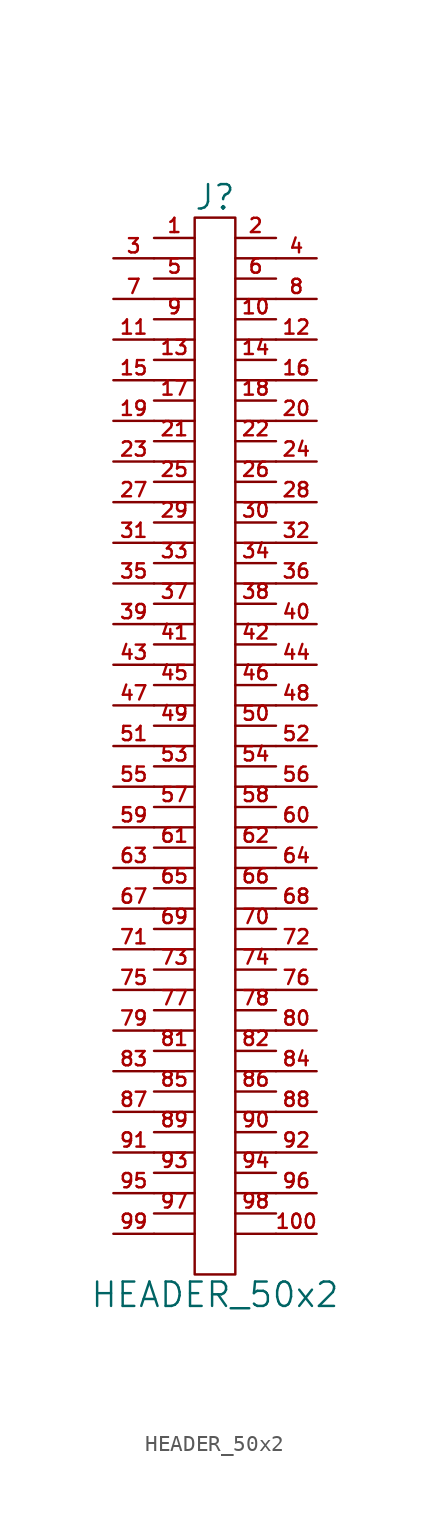
<source format=kicad_sym>
(kicad_symbol_lib
  (version 20201005)
  (generator kicad_symbol_editor)
  (symbol "HEADER_50x2"
    (pin_names
      (offset 0))
    (property "Reference" "J"
      (at 0 34.29 0)
      (effects (font (size 1.524 1.524))))
    (property "Value" "HEADER_50x2"
      (at 0 -34.29 0)
      (effects (font (size 1.524 1.524))))
    (property "Footprint" ""
      (at 0 7.62 0)
      (effects (font (size 1.524 1.524))))
    (property "Datasheet" ""
      (at 0 7.62 0)
      (effects (font (size 1.524 1.524))))
    (symbol "HEADER_50x2_0_1"
      (rectangle (start -1.27 33.02) (end 1.27 -33.02) (stroke (width 0)) (fill (type none)))
      (polyline (pts (xy -3.81 -30.48) (xy -1.27 -30.48)) (stroke (width 0)) (fill (type none)))
      (polyline (pts (xy -3.81 -27.94) (xy -1.27 -27.94)) (stroke (width 0)) (fill (type none)))
      (polyline (pts (xy -3.81 -25.4) (xy -1.27 -25.4)) (stroke (width 0)) (fill (type none)))
      (polyline (pts (xy -3.81 -22.86) (xy -1.27 -22.86)) (stroke (width 0)) (fill (type none)))
      (polyline (pts (xy -3.81 -20.32) (xy -1.27 -20.32)) (stroke (width 0)) (fill (type none)))
      (polyline (pts (xy -3.81 -17.78) (xy -1.27 -17.78)) (stroke (width 0)) (fill (type none)))
      (polyline (pts (xy -3.81 -15.24) (xy -1.27 -15.24)) (stroke (width 0)) (fill (type none)))
      (polyline (pts (xy -3.81 -12.7) (xy -1.27 -12.7)) (stroke (width 0)) (fill (type none)))
      (polyline (pts (xy -3.81 -10.16) (xy -1.27 -10.16)) (stroke (width 0)) (fill (type none)))
      (polyline (pts (xy -3.81 -7.62) (xy -1.27 -7.62)) (stroke (width 0)) (fill (type none)))
      (polyline (pts (xy -3.81 -5.08) (xy -1.27 -5.08)) (stroke (width 0)) (fill (type none)))
      (polyline (pts (xy -3.81 -2.54) (xy -1.27 -2.54)) (stroke (width 0)) (fill (type none)))
      (polyline (pts (xy -3.81 0) (xy -1.27 0)) (stroke (width 0)) (fill (type none)))
      (polyline (pts (xy -3.81 2.54) (xy -1.27 2.54)) (stroke (width 0)) (fill (type none)))
      (polyline (pts (xy -3.81 5.08) (xy -1.27 5.08)) (stroke (width 0)) (fill (type none)))
      (polyline (pts (xy -3.81 7.62) (xy -1.27 7.62)) (stroke (width 0)) (fill (type none)))
      (polyline (pts (xy -3.81 10.16) (xy -1.27 10.16)) (stroke (width 0)) (fill (type none)))
      (polyline (pts (xy -3.81 12.7) (xy -1.27 12.7)) (stroke (width 0)) (fill (type none)))
      (polyline (pts (xy -3.81 15.24) (xy -1.27 15.24)) (stroke (width 0)) (fill (type none)))
      (polyline (pts (xy -3.81 17.78) (xy -1.27 17.78)) (stroke (width 0)) (fill (type none)))
      (polyline (pts (xy -3.81 20.32) (xy -1.27 20.32)) (stroke (width 0)) (fill (type none)))
      (polyline (pts (xy -3.81 22.86) (xy -1.27 22.86)) (stroke (width 0)) (fill (type none)))
      (polyline (pts (xy -3.81 25.4) (xy -1.27 25.4)) (stroke (width 0)) (fill (type none)))
      (polyline (pts (xy -3.81 27.94) (xy -1.27 27.94)) (stroke (width 0)) (fill (type none)))
      (polyline (pts (xy -3.81 30.48) (xy -1.27 30.48)) (stroke (width 0)) (fill (type none)))
      (polyline (pts (xy 1.27 -30.48) (xy 3.81 -30.48)) (stroke (width 0)) (fill (type none)))
      (polyline (pts (xy 1.27 -27.94) (xy 3.81 -27.94)) (stroke (width 0)) (fill (type none)))
      (polyline (pts (xy 1.27 -25.4) (xy 3.81 -25.4)) (stroke (width 0)) (fill (type none)))
      (polyline (pts (xy 1.27 -22.86) (xy 3.81 -22.86)) (stroke (width 0)) (fill (type none)))
      (polyline (pts (xy 1.27 -20.32) (xy 3.81 -20.32)) (stroke (width 0)) (fill (type none)))
      (polyline (pts (xy 1.27 -17.78) (xy 3.81 -17.78)) (stroke (width 0)) (fill (type none)))
      (polyline (pts (xy 1.27 -15.24) (xy 3.81 -15.24)) (stroke (width 0)) (fill (type none)))
      (polyline (pts (xy 1.27 -12.7) (xy 3.81 -12.7)) (stroke (width 0)) (fill (type none)))
      (polyline (pts (xy 1.27 -10.16) (xy 3.81 -10.16)) (stroke (width 0)) (fill (type none)))
      (polyline (pts (xy 1.27 -7.62) (xy 3.81 -7.62)) (stroke (width 0)) (fill (type none)))
      (polyline (pts (xy 1.27 -5.08) (xy 3.81 -5.08)) (stroke (width 0)) (fill (type none)))
      (polyline (pts (xy 1.27 -2.54) (xy 3.81 -2.54)) (stroke (width 0)) (fill (type none)))
      (polyline (pts (xy 1.27 0) (xy 3.81 0)) (stroke (width 0)) (fill (type none)))
      (polyline (pts (xy 1.27 2.54) (xy 3.81 2.54)) (stroke (width 0)) (fill (type none)))
      (polyline (pts (xy 1.27 5.08) (xy 3.81 5.08)) (stroke (width 0)) (fill (type none)))
      (polyline (pts (xy 1.27 7.62) (xy 3.81 7.62)) (stroke (width 0)) (fill (type none)))
      (polyline (pts (xy 1.27 10.16) (xy 3.81 10.16)) (stroke (width 0)) (fill (type none)))
      (polyline (pts (xy 1.27 12.7) (xy 3.81 12.7)) (stroke (width 0)) (fill (type none)))
      (polyline (pts (xy 1.27 15.24) (xy 3.81 15.24)) (stroke (width 0)) (fill (type none)))
      (polyline (pts (xy 1.27 17.78) (xy 3.81 17.78)) (stroke (width 0)) (fill (type none)))
      (polyline (pts (xy 1.27 20.32) (xy 3.81 20.32)) (stroke (width 0)) (fill (type none)))
      (polyline (pts (xy 1.27 22.86) (xy 3.81 22.86)) (stroke (width 0)) (fill (type none)))
      (polyline (pts (xy 1.27 25.4) (xy 3.81 25.4)) (stroke (width 0)) (fill (type none)))
      (polyline (pts (xy 1.27 27.94) (xy 3.81 27.94)) (stroke (width 0)) (fill (type none)))
      (polyline (pts (xy 1.27 30.48) (xy 3.81 30.48)) (stroke (width 0)) (fill (type none))))
    (symbol "HEADER_50x2_1_1"
      (pin passive line (at -3.81 31.75 0) (length 2.54) (name "~" (effects (font (size 1.27 1.27)))) (number "1" (effects (font (size 0.889 0.889)))))
      (pin passive line (at 3.81 26.67 180) (length 2.54) (name "~" (effects (font (size 1.27 1.27)))) (number "10" (effects (font (size 0.889 0.889)))))
      (pin passive line (at 6.35 -30.48 180) (length 2.54) (name "~" (effects (font (size 1.27 1.27)))) (number "100" (effects (font (size 0.889 0.889)))))
      (pin passive line (at -6.35 25.4 0) (length 2.54) (name "~" (effects (font (size 1.27 1.27)))) (number "11" (effects (font (size 0.889 0.889)))))
      (pin passive line (at 6.35 25.4 180) (length 2.54) (name "~" (effects (font (size 1.27 1.27)))) (number "12" (effects (font (size 0.889 0.889)))))
      (pin passive line (at -3.81 24.13 0) (length 2.54) (name "~" (effects (font (size 1.27 1.27)))) (number "13" (effects (font (size 0.889 0.889)))))
      (pin passive line (at 3.81 24.13 180) (length 2.54) (name "~" (effects (font (size 1.27 1.27)))) (number "14" (effects (font (size 0.889 0.889)))))
      (pin passive line (at -6.35 22.86 0) (length 2.54) (name "~" (effects (font (size 1.27 1.27)))) (number "15" (effects (font (size 0.889 0.889)))))
      (pin passive line (at 6.35 22.86 180) (length 2.54) (name "~" (effects (font (size 1.27 1.27)))) (number "16" (effects (font (size 0.889 0.889)))))
      (pin passive line (at -3.81 21.59 0) (length 2.54) (name "~" (effects (font (size 1.27 1.27)))) (number "17" (effects (font (size 0.889 0.889)))))
      (pin passive line (at 3.81 21.59 180) (length 2.54) (name "~" (effects (font (size 1.27 1.27)))) (number "18" (effects (font (size 0.889 0.889)))))
      (pin passive line (at -6.35 20.32 0) (length 2.54) (name "~" (effects (font (size 1.27 1.27)))) (number "19" (effects (font (size 0.889 0.889)))))
      (pin passive line (at 3.81 31.75 180) (length 2.54) (name "~" (effects (font (size 1.27 1.27)))) (number "2" (effects (font (size 0.889 0.889)))))
      (pin passive line (at 6.35 20.32 180) (length 2.54) (name "~" (effects (font (size 1.27 1.27)))) (number "20" (effects (font (size 0.889 0.889)))))
      (pin passive line (at -3.81 19.05 0) (length 2.54) (name "~" (effects (font (size 1.27 1.27)))) (number "21" (effects (font (size 0.889 0.889)))))
      (pin passive line (at 3.81 19.05 180) (length 2.54) (name "~" (effects (font (size 1.27 1.27)))) (number "22" (effects (font (size 0.889 0.889)))))
      (pin passive line (at -6.35 17.78 0) (length 2.54) (name "~" (effects (font (size 1.27 1.27)))) (number "23" (effects (font (size 0.889 0.889)))))
      (pin passive line (at 6.35 17.78 180) (length 2.54) (name "~" (effects (font (size 1.27 1.27)))) (number "24" (effects (font (size 0.889 0.889)))))
      (pin passive line (at -3.81 16.51 0) (length 2.54) (name "~" (effects (font (size 1.27 1.27)))) (number "25" (effects (font (size 0.889 0.889)))))
      (pin passive line (at 3.81 16.51 180) (length 2.54) (name "~" (effects (font (size 1.27 1.27)))) (number "26" (effects (font (size 0.889 0.889)))))
      (pin passive line (at -6.35 15.24 0) (length 2.54) (name "~" (effects (font (size 1.27 1.27)))) (number "27" (effects (font (size 0.889 0.889)))))
      (pin passive line (at 6.35 15.24 180) (length 2.54) (name "~" (effects (font (size 1.27 1.27)))) (number "28" (effects (font (size 0.889 0.889)))))
      (pin passive line (at -3.81 13.97 0) (length 2.54) (name "~" (effects (font (size 1.27 1.27)))) (number "29" (effects (font (size 0.889 0.889)))))
      (pin passive line (at -6.35 30.48 0) (length 2.54) (name "~" (effects (font (size 1.27 1.27)))) (number "3" (effects (font (size 0.889 0.889)))))
      (pin passive line (at 3.81 13.97 180) (length 2.54) (name "~" (effects (font (size 1.27 1.27)))) (number "30" (effects (font (size 0.889 0.889)))))
      (pin passive line (at -6.35 12.7 0) (length 2.54) (name "~" (effects (font (size 1.27 1.27)))) (number "31" (effects (font (size 0.889 0.889)))))
      (pin passive line (at 6.35 12.7 180) (length 2.54) (name "~" (effects (font (size 1.27 1.27)))) (number "32" (effects (font (size 0.889 0.889)))))
      (pin passive line (at -3.81 11.43 0) (length 2.54) (name "~" (effects (font (size 1.27 1.27)))) (number "33" (effects (font (size 0.889 0.889)))))
      (pin passive line (at 3.81 11.43 180) (length 2.54) (name "~" (effects (font (size 1.27 1.27)))) (number "34" (effects (font (size 0.889 0.889)))))
      (pin passive line (at -6.35 10.16 0) (length 2.54) (name "~" (effects (font (size 1.27 1.27)))) (number "35" (effects (font (size 0.889 0.889)))))
      (pin passive line (at 6.35 10.16 180) (length 2.54) (name "~" (effects (font (size 1.27 1.27)))) (number "36" (effects (font (size 0.889 0.889)))))
      (pin passive line (at -3.81 8.89 0) (length 2.54) (name "~" (effects (font (size 0.889 0.889)))) (number "37" (effects (font (size 0.889 0.889)))))
      (pin passive line (at 3.81 8.89 180) (length 2.54) (name "~" (effects (font (size 1.27 1.27)))) (number "38" (effects (font (size 0.889 0.889)))))
      (pin passive line (at -6.35 7.62 0) (length 2.54) (name "~" (effects (font (size 1.27 1.27)))) (number "39" (effects (font (size 0.889 0.889)))))
      (pin passive line (at 6.35 30.48 180) (length 2.54) (name "~" (effects (font (size 1.27 1.27)))) (number "4" (effects (font (size 0.889 0.889)))))
      (pin passive line (at 6.35 7.62 180) (length 2.54) (name "~" (effects (font (size 1.27 1.27)))) (number "40" (effects (font (size 0.889 0.889)))))
      (pin passive line (at -3.81 6.35 0) (length 2.54) (name "~" (effects (font (size 1.27 1.27)))) (number "41" (effects (font (size 0.889 0.889)))))
      (pin passive line (at 3.81 6.35 180) (length 2.54) (name "~" (effects (font (size 1.27 1.27)))) (number "42" (effects (font (size 0.889 0.889)))))
      (pin passive line (at -6.35 5.08 0) (length 2.54) (name "~" (effects (font (size 1.27 1.27)))) (number "43" (effects (font (size 0.889 0.889)))))
      (pin passive line (at 6.35 5.08 180) (length 2.54) (name "~" (effects (font (size 1.27 1.27)))) (number "44" (effects (font (size 0.889 0.889)))))
      (pin passive line (at -3.81 3.81 0) (length 2.54) (name "~" (effects (font (size 1.27 1.27)))) (number "45" (effects (font (size 0.889 0.889)))))
      (pin passive line (at 3.81 3.81 180) (length 2.54) (name "~" (effects (font (size 1.27 1.27)))) (number "46" (effects (font (size 0.889 0.889)))))
      (pin passive line (at -6.35 2.54 0) (length 2.54) (name "~" (effects (font (size 1.27 1.27)))) (number "47" (effects (font (size 0.889 0.889)))))
      (pin passive line (at 6.35 2.54 180) (length 2.54) (name "~" (effects (font (size 1.27 1.27)))) (number "48" (effects (font (size 0.889 0.889)))))
      (pin passive line (at -3.81 1.27 0) (length 2.54) (name "~" (effects (font (size 1.27 1.27)))) (number "49" (effects (font (size 0.889 0.889)))))
      (pin passive line (at -3.81 29.21 0) (length 2.54) (name "~" (effects (font (size 1.27 1.27)))) (number "5" (effects (font (size 0.889 0.889)))))
      (pin passive line (at 3.81 1.27 180) (length 2.54) (name "~" (effects (font (size 1.27 1.27)))) (number "50" (effects (font (size 0.889 0.889)))))
      (pin passive line (at -6.35 0 0) (length 2.54) (name "~" (effects (font (size 1.27 1.27)))) (number "51" (effects (font (size 0.889 0.889)))))
      (pin passive line (at 6.35 0 180) (length 2.54) (name "~" (effects (font (size 1.27 1.27)))) (number "52" (effects (font (size 0.889 0.889)))))
      (pin passive line (at -3.81 -1.27 0) (length 2.54) (name "~" (effects (font (size 1.27 1.27)))) (number "53" (effects (font (size 0.889 0.889)))))
      (pin passive line (at 3.81 -1.27 180) (length 2.54) (name "~" (effects (font (size 1.27 1.27)))) (number "54" (effects (font (size 0.889 0.889)))))
      (pin passive line (at -6.35 -2.54 0) (length 2.54) (name "~" (effects (font (size 1.27 1.27)))) (number "55" (effects (font (size 0.889 0.889)))))
      (pin passive line (at 6.35 -2.54 180) (length 2.54) (name "~" (effects (font (size 1.27 1.27)))) (number "56" (effects (font (size 0.889 0.889)))))
      (pin passive line (at -3.81 -3.81 0) (length 2.54) (name "~" (effects (font (size 1.27 1.27)))) (number "57" (effects (font (size 0.889 0.889)))))
      (pin passive line (at 3.81 -3.81 180) (length 2.54) (name "~" (effects (font (size 1.27 1.27)))) (number "58" (effects (font (size 0.889 0.889)))))
      (pin passive line (at -6.35 -5.08 0) (length 2.54) (name "~" (effects (font (size 1.27 1.27)))) (number "59" (effects (font (size 0.889 0.889)))))
      (pin passive line (at 3.81 29.21 180) (length 2.54) (name "~" (effects (font (size 1.27 1.27)))) (number "6" (effects (font (size 0.889 0.889)))))
      (pin passive line (at 6.35 -5.08 180) (length 2.54) (name "~" (effects (font (size 1.27 1.27)))) (number "60" (effects (font (size 0.889 0.889)))))
      (pin passive line (at -3.81 -6.35 0) (length 2.54) (name "~" (effects (font (size 1.27 1.27)))) (number "61" (effects (font (size 0.889 0.889)))))
      (pin passive line (at 3.81 -6.35 180) (length 2.54) (name "~" (effects (font (size 1.27 1.27)))) (number "62" (effects (font (size 0.889 0.889)))))
      (pin passive line (at -6.35 -7.62 0) (length 2.54) (name "~" (effects (font (size 1.27 1.27)))) (number "63" (effects (font (size 0.889 0.889)))))
      (pin passive line (at 6.35 -7.62 180) (length 2.54) (name "~" (effects (font (size 1.27 1.27)))) (number "64" (effects (font (size 0.889 0.889)))))
      (pin passive line (at -3.81 -8.89 0) (length 2.54) (name "~" (effects (font (size 1.27 1.27)))) (number "65" (effects (font (size 0.889 0.889)))))
      (pin passive line (at 3.81 -8.89 180) (length 2.54) (name "~" (effects (font (size 1.27 1.27)))) (number "66" (effects (font (size 0.889 0.889)))))
      (pin passive line (at -6.35 -10.16 0) (length 2.54) (name "~" (effects (font (size 1.27 1.27)))) (number "67" (effects (font (size 0.889 0.889)))))
      (pin passive line (at 6.35 -10.16 180) (length 2.54) (name "~" (effects (font (size 1.27 1.27)))) (number "68" (effects (font (size 0.889 0.889)))))
      (pin passive line (at -3.81 -11.43 0) (length 2.54) (name "~" (effects (font (size 1.27 1.27)))) (number "69" (effects (font (size 0.889 0.889)))))
      (pin passive line (at -6.35 27.94 0) (length 2.54) (name "~" (effects (font (size 1.27 1.27)))) (number "7" (effects (font (size 0.889 0.889)))))
      (pin passive line (at 3.81 -11.43 180) (length 2.54) (name "~" (effects (font (size 1.27 1.27)))) (number "70" (effects (font (size 0.889 0.889)))))
      (pin passive line (at -6.35 -12.7 0) (length 2.54) (name "~" (effects (font (size 1.27 1.27)))) (number "71" (effects (font (size 0.889 0.889)))))
      (pin passive line (at 6.35 -12.7 180) (length 2.54) (name "~" (effects (font (size 1.27 1.27)))) (number "72" (effects (font (size 0.889 0.889)))))
      (pin passive line (at -3.81 -13.97 0) (length 2.54) (name "~" (effects (font (size 1.27 1.27)))) (number "73" (effects (font (size 0.889 0.889)))))
      (pin passive line (at 3.81 -13.97 180) (length 2.54) (name "~" (effects (font (size 1.27 1.27)))) (number "74" (effects (font (size 0.889 0.889)))))
      (pin passive line (at -6.35 -15.24 0) (length 2.54) (name "~" (effects (font (size 1.27 1.27)))) (number "75" (effects (font (size 0.889 0.889)))))
      (pin passive line (at 6.35 -15.24 180) (length 2.54) (name "~" (effects (font (size 1.27 1.27)))) (number "76" (effects (font (size 0.889 0.889)))))
      (pin passive line (at -3.81 -16.51 0) (length 2.54) (name "~" (effects (font (size 1.27 1.27)))) (number "77" (effects (font (size 0.889 0.889)))))
      (pin passive line (at 3.81 -16.51 180) (length 2.54) (name "~" (effects (font (size 1.27 1.27)))) (number "78" (effects (font (size 0.889 0.889)))))
      (pin passive line (at -6.35 -17.78 0) (length 2.54) (name "~" (effects (font (size 1.27 1.27)))) (number "79" (effects (font (size 0.889 0.889)))))
      (pin passive line (at 6.35 27.94 180) (length 2.54) (name "~" (effects (font (size 1.27 1.27)))) (number "8" (effects (font (size 0.889 0.889)))))
      (pin passive line (at 6.35 -17.78 180) (length 2.54) (name "~" (effects (font (size 1.27 1.27)))) (number "80" (effects (font (size 0.889 0.889)))))
      (pin passive line (at -3.81 -19.05 0) (length 2.54) (name "~" (effects (font (size 1.27 1.27)))) (number "81" (effects (font (size 0.889 0.889)))))
      (pin passive line (at 3.81 -19.05 180) (length 2.54) (name "~" (effects (font (size 1.27 1.27)))) (number "82" (effects (font (size 0.889 0.889)))))
      (pin passive line (at -6.35 -20.32 0) (length 2.54) (name "~" (effects (font (size 1.27 1.27)))) (number "83" (effects (font (size 0.889 0.889)))))
      (pin passive line (at 6.35 -20.32 180) (length 2.54) (name "~" (effects (font (size 1.27 1.27)))) (number "84" (effects (font (size 0.889 0.889)))))
      (pin passive line (at -3.81 -21.59 0) (length 2.54) (name "~" (effects (font (size 1.27 1.27)))) (number "85" (effects (font (size 0.889 0.889)))))
      (pin passive line (at 3.81 -21.59 180) (length 2.54) (name "~" (effects (font (size 1.27 1.27)))) (number "86" (effects (font (size 0.889 0.889)))))
      (pin passive line (at -6.35 -22.86 0) (length 2.54) (name "~" (effects (font (size 1.27 1.27)))) (number "87" (effects (font (size 0.889 0.889)))))
      (pin passive line (at 6.35 -22.86 180) (length 2.54) (name "~" (effects (font (size 1.27 1.27)))) (number "88" (effects (font (size 0.889 0.889)))))
      (pin passive line (at -3.81 -24.13 0) (length 2.54) (name "~" (effects (font (size 1.27 1.27)))) (number "89" (effects (font (size 0.889 0.889)))))
      (pin passive line (at -3.81 26.67 0) (length 2.54) (name "~" (effects (font (size 1.27 1.27)))) (number "9" (effects (font (size 0.889 0.889)))))
      (pin passive line (at 3.81 -24.13 180) (length 2.54) (name "~" (effects (font (size 1.27 1.27)))) (number "90" (effects (font (size 0.889 0.889)))))
      (pin passive line (at -6.35 -25.4 0) (length 2.54) (name "~" (effects (font (size 1.27 1.27)))) (number "91" (effects (font (size 0.889 0.889)))))
      (pin passive line (at 6.35 -25.4 180) (length 2.54) (name "~" (effects (font (size 1.27 1.27)))) (number "92" (effects (font (size 0.889 0.889)))))
      (pin passive line (at -3.81 -26.67 0) (length 2.54) (name "~" (effects (font (size 1.27 1.27)))) (number "93" (effects (font (size 0.889 0.889)))))
      (pin passive line (at 3.81 -26.67 180) (length 2.54) (name "~" (effects (font (size 1.27 1.27)))) (number "94" (effects (font (size 0.889 0.889)))))
      (pin passive line (at -6.35 -27.94 0) (length 2.54) (name "~" (effects (font (size 1.27 1.27)))) (number "95" (effects (font (size 0.889 0.889)))))
      (pin passive line (at 6.35 -27.94 180) (length 2.54) (name "~" (effects (font (size 1.27 1.27)))) (number "96" (effects (font (size 0.889 0.889)))))
      (pin passive line (at -3.81 -29.21 0) (length 2.54) (name "~" (effects (font (size 1.27 1.27)))) (number "97" (effects (font (size 0.889 0.889)))))
      (pin passive line (at 3.81 -29.21 180) (length 2.54) (name "~" (effects (font (size 1.27 1.27)))) (number "98" (effects (font (size 0.889 0.889)))))
      (pin passive line (at -6.35 -30.48 0) (length 2.54) (name "~" (effects (font (size 1.27 1.27)))) (number "99" (effects (font (size 0.889 0.889))))))))
</source>
